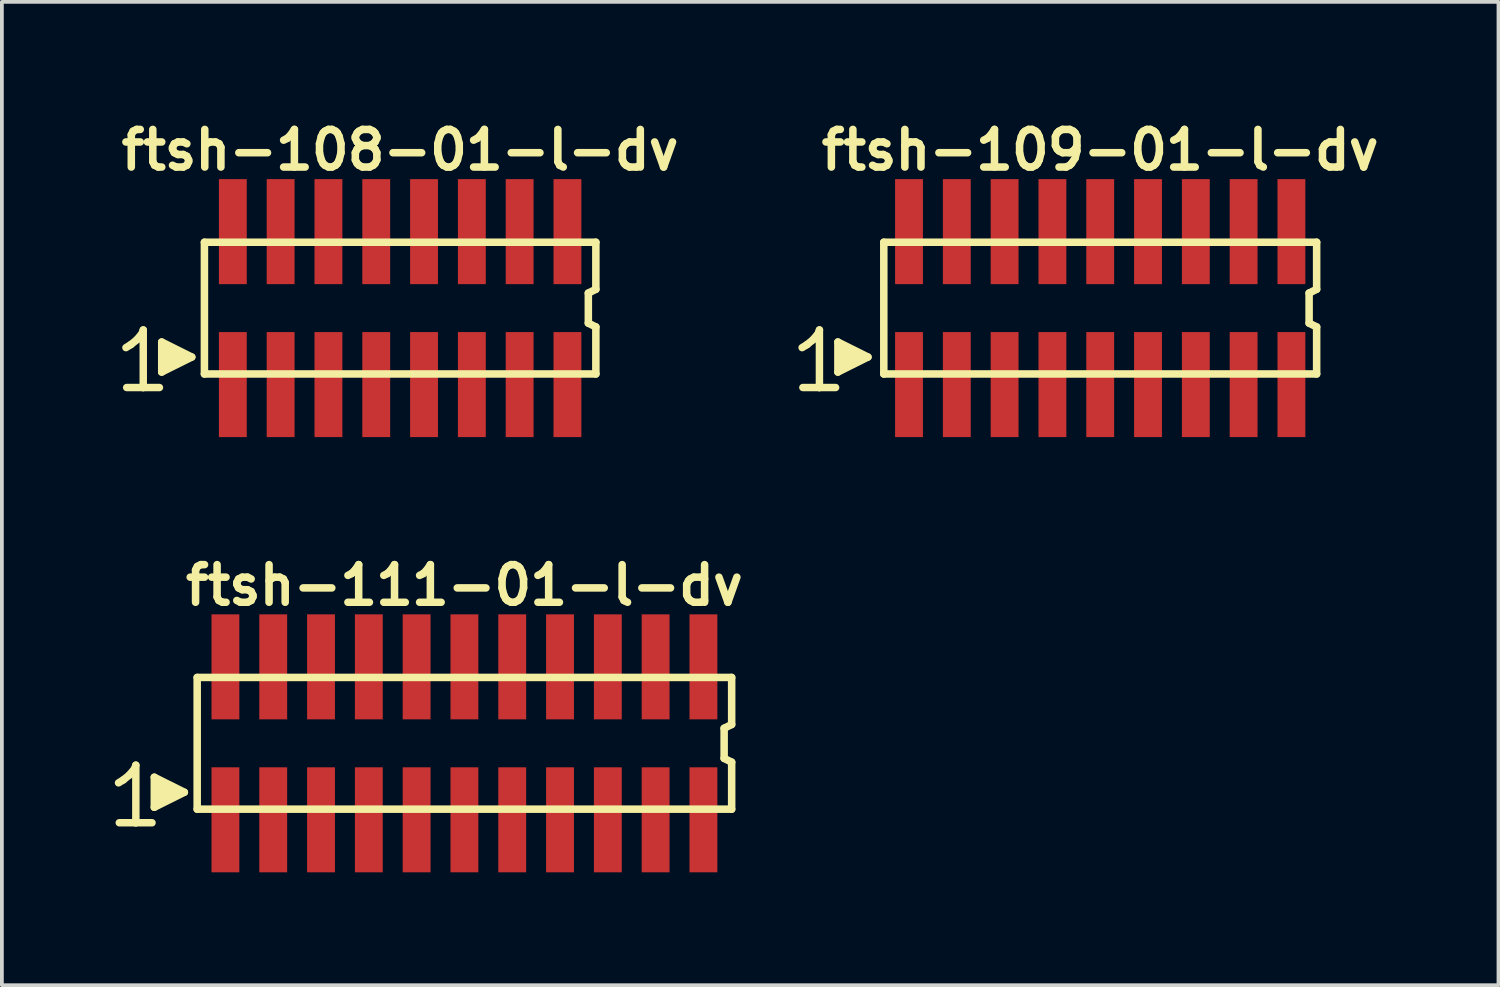
<source format=kicad_pcb>
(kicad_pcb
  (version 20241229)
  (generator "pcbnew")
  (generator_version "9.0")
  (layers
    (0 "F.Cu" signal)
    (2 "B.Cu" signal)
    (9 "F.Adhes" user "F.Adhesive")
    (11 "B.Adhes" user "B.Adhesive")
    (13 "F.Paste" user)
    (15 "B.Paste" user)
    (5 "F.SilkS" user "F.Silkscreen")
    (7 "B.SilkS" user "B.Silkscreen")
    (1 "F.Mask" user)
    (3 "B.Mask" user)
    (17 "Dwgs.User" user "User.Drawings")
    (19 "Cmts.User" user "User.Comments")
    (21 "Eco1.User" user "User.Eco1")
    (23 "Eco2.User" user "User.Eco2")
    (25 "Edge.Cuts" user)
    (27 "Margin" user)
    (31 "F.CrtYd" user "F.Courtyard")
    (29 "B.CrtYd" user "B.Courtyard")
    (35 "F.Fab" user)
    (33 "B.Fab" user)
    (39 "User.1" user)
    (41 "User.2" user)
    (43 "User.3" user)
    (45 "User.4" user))
  (footprint "ftsh-109-01-l-dv"
    (layer "F.Cu")
    (at 26.181 5.136)
    (property "Reference" "ftsh-109-01-l-dv" (at 0 -4.2 0) (layer "F.SilkS") (effects (font (size 1 1) (thickness 0.2))))
    (attr through_hole)
    (fp_line (start -7.92 1.05) (end -7.79 0.97) (stroke (width 0.198) (type solid)) (layer "F.SilkS"))
    (fp_line (start -7.79 0.97) (end -7.63 0.84) (stroke (width 0.198) (type solid)) (layer "F.SilkS"))
    (fp_line (start -7.63 0.84) (end -7.49 0.67) (stroke (width 0.198) (type solid)) (layer "F.SilkS"))
    (fp_line (start -7.49 0.67) (end -7.46 0.58) (stroke (width 0.198) (type solid)) (layer "F.SilkS"))
    (fp_line (start -7.46 0.58) (end -7.46 2.11) (stroke (width 0.198) (type solid)) (layer "F.SilkS"))
    (fp_line (start -7.46 2.11) (end -7.9 2.11) (stroke (width 0.198) (type solid)) (layer "F.SilkS"))
    (fp_line (start -7.03 2.11) (end -7.47 2.11) (stroke (width 0.198) (type solid)) (layer "F.SilkS"))
    (fp_line (start -6.97 0.9) (end -6.17 1.3) (stroke (width 0.198) (type solid)) (layer "F.SilkS"))
    (fp_line (start -6.97 1.7) (end -6.97 0.9) (stroke (width 0.198) (type solid)) (layer "F.SilkS"))
    (fp_line (start -6.87 1.6) (end -6.87 1) (stroke (width 0.198) (type solid)) (layer "F.SilkS"))
    (fp_line (start -6.77 1.1) (end -6.77 1.5) (stroke (width 0.198) (type solid)) (layer "F.SilkS"))
    (fp_line (start -6.67 1.5) (end -6.67 1.1) (stroke (width 0.198) (type solid)) (layer "F.SilkS"))
    (fp_line (start -6.57 1.2) (end -6.57 1.4) (stroke (width 0.198) (type solid)) (layer "F.SilkS"))
    (fp_line (start -6.47 1.4) (end -6.47 1.2) (stroke (width 0.198) (type solid)) (layer "F.SilkS"))
    (fp_line (start -6.17 1.3) (end -6.97 1.7) (stroke (width 0.198) (type solid)) (layer "F.SilkS"))
    (fp_line (start -5.75 -1.75) (end -5.75 1.75) (stroke (width 0.2) (type solid)) (layer "F.SilkS"))
    (fp_line (start -5.75 -1.75) (end 5.75 -1.75) (stroke (width 0.2) (type solid)) (layer "F.SilkS"))
    (fp_line (start -5.75 1.75) (end 5.75 1.75) (stroke (width 0.2) (type solid)) (layer "F.SilkS"))
    (fp_line (start 5.55 -0.4) (end 5.55 0.4) (stroke (width 0.2) (type solid)) (layer "F.SilkS"))
    (fp_line (start 5.55 0.4) (end 5.75 0.5) (stroke (width 0.2) (type solid)) (layer "F.SilkS"))
    (fp_line (start 5.75 -0.5) (end 5.55 -0.4) (stroke (width 0.2) (type solid)) (layer "F.SilkS"))
    (fp_line (start 5.75 -0.5) (end 5.75 -1.75) (stroke (width 0.2) (type solid)) (layer "F.SilkS"))
    (fp_line (start 5.75 0.5) (end 5.75 1.75) (stroke (width 0.2) (type solid)) (layer "F.SilkS"))
    (pad "1" smd rect (at -5.08 2.032) (size 0.74 2.79) (layers "F.Cu" "F.Mask" "F.Paste"))
    (pad "2" smd rect (at -5.08 -2.032) (size 0.74 2.79) (layers "F.Cu" "F.Mask" "F.Paste"))
    (pad "3" smd rect (at -3.81 2.032) (size 0.74 2.79) (layers "F.Cu" "F.Mask" "F.Paste"))
    (pad "4" smd rect (at -3.81 -2.032) (size 0.74 2.79) (layers "F.Cu" "F.Mask" "F.Paste"))
    (pad "5" smd rect (at -2.54 2.032) (size 0.74 2.79) (layers "F.Cu" "F.Mask" "F.Paste"))
    (pad "6" smd rect (at -2.54 -2.032) (size 0.74 2.79) (layers "F.Cu" "F.Mask" "F.Paste"))
    (pad "7" smd rect (at -1.27 2.032) (size 0.74 2.79) (layers "F.Cu" "F.Mask" "F.Paste"))
    (pad "8" smd rect (at -1.27 -2.032) (size 0.74 2.79) (layers "F.Cu" "F.Mask" "F.Paste"))
    (pad "9" smd rect (at 0 2.032) (size 0.74 2.79) (layers "F.Cu" "F.Mask" "F.Paste"))
    (pad "10" smd rect (at 0 -2.032) (size 0.74 2.79) (layers "F.Cu" "F.Mask" "F.Paste"))
    (pad "11" smd rect (at 1.27 2.032) (size 0.74 2.79) (layers "F.Cu" "F.Mask" "F.Paste"))
    (pad "12" smd rect (at 1.27 -2.032) (size 0.74 2.79) (layers "F.Cu" "F.Mask" "F.Paste"))
    (pad "13" smd rect (at 2.54 2.032) (size 0.74 2.79) (layers "F.Cu" "F.Mask" "F.Paste"))
    (pad "14" smd rect (at 2.54 -2.032) (size 0.74 2.79) (layers "F.Cu" "F.Mask" "F.Paste"))
    (pad "15" smd rect (at 3.81 2.032) (size 0.74 2.79) (layers "F.Cu" "F.Mask" "F.Paste"))
    (pad "16" smd rect (at 3.81 -2.032) (size 0.74 2.79) (layers "F.Cu" "F.Mask" "F.Paste"))
    (pad "17" smd rect (at 5.08 2.032) (size 0.74 2.79) (layers "F.Cu" "F.Mask" "F.Paste"))
    (pad "18" smd rect (at 5.08 -2.032) (size 0.74 2.79) (layers "F.Cu" "F.Mask" "F.Paste")))
  (footprint "ftsh-108-01-l-dv"
    (layer "F.Cu")
    (at 7.581 5.136)
    (property "Reference" "ftsh-108-01-l-dv" (at 0 -4.2 0) (layer "F.SilkS") (effects (font (size 1 1) (thickness 0.2))))
    (attr through_hole)
    (fp_line (start -7.285 1.05) (end -7.155 0.97) (stroke (width 0.198) (type solid)) (layer "F.SilkS"))
    (fp_line (start -7.155 0.97) (end -6.995 0.84) (stroke (width 0.198) (type solid)) (layer "F.SilkS"))
    (fp_line (start -6.995 0.84) (end -6.855 0.67) (stroke (width 0.198) (type solid)) (layer "F.SilkS"))
    (fp_line (start -6.855 0.67) (end -6.825 0.58) (stroke (width 0.198) (type solid)) (layer "F.SilkS"))
    (fp_line (start -6.825 0.58) (end -6.825 2.11) (stroke (width 0.198) (type solid)) (layer "F.SilkS"))
    (fp_line (start -6.825 2.11) (end -7.265 2.11) (stroke (width 0.198) (type solid)) (layer "F.SilkS"))
    (fp_line (start -6.395 2.11) (end -6.835 2.11) (stroke (width 0.198) (type solid)) (layer "F.SilkS"))
    (fp_line (start -6.335 0.9) (end -5.535 1.3) (stroke (width 0.198) (type solid)) (layer "F.SilkS"))
    (fp_line (start -6.335 1.7) (end -6.335 0.9) (stroke (width 0.198) (type solid)) (layer "F.SilkS"))
    (fp_line (start -6.235 1.6) (end -6.235 1) (stroke (width 0.198) (type solid)) (layer "F.SilkS"))
    (fp_line (start -6.135 1.1) (end -6.135 1.5) (stroke (width 0.198) (type solid)) (layer "F.SilkS"))
    (fp_line (start -6.035 1.5) (end -6.035 1.1) (stroke (width 0.198) (type solid)) (layer "F.SilkS"))
    (fp_line (start -5.935 1.2) (end -5.935 1.4) (stroke (width 0.198) (type solid)) (layer "F.SilkS"))
    (fp_line (start -5.835 1.4) (end -5.835 1.2) (stroke (width 0.198) (type solid)) (layer "F.SilkS"))
    (fp_line (start -5.535 1.3) (end -6.335 1.7) (stroke (width 0.198) (type solid)) (layer "F.SilkS"))
    (fp_line (start -5.2 -1.75) (end -5.2 1.75) (stroke (width 0.2) (type solid)) (layer "F.SilkS"))
    (fp_line (start -5.2 -1.75) (end 5.2 -1.75) (stroke (width 0.2) (type solid)) (layer "F.SilkS"))
    (fp_line (start -5.2 1.75) (end 5.2 1.75) (stroke (width 0.2) (type solid)) (layer "F.SilkS"))
    (fp_line (start 5 -0.4) (end 5 0.4) (stroke (width 0.2) (type solid)) (layer "F.SilkS"))
    (fp_line (start 5 0.4) (end 5.2 0.5) (stroke (width 0.2) (type solid)) (layer "F.SilkS"))
    (fp_line (start 5.2 -0.5) (end 5 -0.4) (stroke (width 0.2) (type solid)) (layer "F.SilkS"))
    (fp_line (start 5.2 -0.5) (end 5.2 -1.75) (stroke (width 0.2) (type solid)) (layer "F.SilkS"))
    (fp_line (start 5.2 0.5) (end 5.2 1.75) (stroke (width 0.2) (type solid)) (layer "F.SilkS"))
    (pad "1" smd rect (at -4.445 2.032) (size 0.74 2.79) (layers "F.Cu" "F.Mask" "F.Paste"))
    (pad "2" smd rect (at -4.445 -2.032) (size 0.74 2.79) (layers "F.Cu" "F.Mask" "F.Paste"))
    (pad "3" smd rect (at -3.175 2.032) (size 0.74 2.79) (layers "F.Cu" "F.Mask" "F.Paste"))
    (pad "4" smd rect (at -3.175 -2.032) (size 0.74 2.79) (layers "F.Cu" "F.Mask" "F.Paste"))
    (pad "5" smd rect (at -1.905 2.032) (size 0.74 2.79) (layers "F.Cu" "F.Mask" "F.Paste"))
    (pad "6" smd rect (at -1.905 -2.032) (size 0.74 2.79) (layers "F.Cu" "F.Mask" "F.Paste"))
    (pad "7" smd rect (at -0.635 2.032) (size 0.74 2.79) (layers "F.Cu" "F.Mask" "F.Paste"))
    (pad "8" smd rect (at -0.635 -2.032) (size 0.74 2.79) (layers "F.Cu" "F.Mask" "F.Paste"))
    (pad "9" smd rect (at 0.635 2.032) (size 0.74 2.79) (layers "F.Cu" "F.Mask" "F.Paste"))
    (pad "10" smd rect (at 0.635 -2.032) (size 0.74 2.79) (layers "F.Cu" "F.Mask" "F.Paste"))
    (pad "11" smd rect (at 1.905 2.032) (size 0.74 2.79) (layers "F.Cu" "F.Mask" "F.Paste"))
    (pad "12" smd rect (at 1.905 -2.032) (size 0.74 2.79) (layers "F.Cu" "F.Mask" "F.Paste"))
    (pad "13" smd rect (at 3.175 2.032) (size 0.74 2.79) (layers "F.Cu" "F.Mask" "F.Paste"))
    (pad "14" smd rect (at 3.175 -2.032) (size 0.74 2.79) (layers "F.Cu" "F.Mask" "F.Paste"))
    (pad "15" smd rect (at 4.445 2.032) (size 0.74 2.79) (layers "F.Cu" "F.Mask" "F.Paste"))
    (pad "16" smd rect (at 4.445 -2.032) (size 0.74 2.79) (layers "F.Cu" "F.Mask" "F.Paste")))
  (footprint "ftsh-111-01-l-dv"
    (layer "F.Cu")
    (at 9.289 16.699)
    (property "Reference" "ftsh-111-01-l-dv" (at 0 -4.2 0) (layer "F.SilkS") (effects (font (size 1 1) (thickness 0.2))))
    (attr through_hole)
    (fp_line (start -9.19 1.05) (end -9.06 0.97) (stroke (width 0.198) (type solid)) (layer "F.SilkS"))
    (fp_line (start -9.06 0.97) (end -8.9 0.84) (stroke (width 0.198) (type solid)) (layer "F.SilkS"))
    (fp_line (start -8.9 0.84) (end -8.76 0.67) (stroke (width 0.198) (type solid)) (layer "F.SilkS"))
    (fp_line (start -8.76 0.67) (end -8.73 0.58) (stroke (width 0.198) (type solid)) (layer "F.SilkS"))
    (fp_line (start -8.73 0.58) (end -8.73 2.11) (stroke (width 0.198) (type solid)) (layer "F.SilkS"))
    (fp_line (start -8.73 2.11) (end -9.17 2.11) (stroke (width 0.198) (type solid)) (layer "F.SilkS"))
    (fp_line (start -8.3 2.11) (end -8.74 2.11) (stroke (width 0.198) (type solid)) (layer "F.SilkS"))
    (fp_line (start -8.24 0.9) (end -7.44 1.3) (stroke (width 0.198) (type solid)) (layer "F.SilkS"))
    (fp_line (start -8.24 1.7) (end -8.24 0.9) (stroke (width 0.198) (type solid)) (layer "F.SilkS"))
    (fp_line (start -8.14 1.6) (end -8.14 1) (stroke (width 0.198) (type solid)) (layer "F.SilkS"))
    (fp_line (start -8.04 1.1) (end -8.04 1.5) (stroke (width 0.198) (type solid)) (layer "F.SilkS"))
    (fp_line (start -7.94 1.5) (end -7.94 1.1) (stroke (width 0.198) (type solid)) (layer "F.SilkS"))
    (fp_line (start -7.84 1.2) (end -7.84 1.4) (stroke (width 0.198) (type solid)) (layer "F.SilkS"))
    (fp_line (start -7.74 1.4) (end -7.74 1.2) (stroke (width 0.198) (type solid)) (layer "F.SilkS"))
    (fp_line (start -7.44 1.3) (end -8.24 1.7) (stroke (width 0.198) (type solid)) (layer "F.SilkS"))
    (fp_line (start -7.1 -1.75) (end -7.1 1.75) (stroke (width 0.2) (type solid)) (layer "F.SilkS"))
    (fp_line (start -7.1 -1.75) (end 7.1 -1.75) (stroke (width 0.2) (type solid)) (layer "F.SilkS"))
    (fp_line (start -7.1 1.75) (end 7.1 1.75) (stroke (width 0.2) (type solid)) (layer "F.SilkS"))
    (fp_line (start 6.9 -0.4) (end 6.9 0.4) (stroke (width 0.2) (type solid)) (layer "F.SilkS"))
    (fp_line (start 6.9 0.4) (end 7.1 0.5) (stroke (width 0.2) (type solid)) (layer "F.SilkS"))
    (fp_line (start 7.1 -0.5) (end 6.9 -0.4) (stroke (width 0.2) (type solid)) (layer "F.SilkS"))
    (fp_line (start 7.1 -0.5) (end 7.1 -1.75) (stroke (width 0.2) (type solid)) (layer "F.SilkS"))
    (fp_line (start 7.1 0.5) (end 7.1 1.75) (stroke (width 0.2) (type solid)) (layer "F.SilkS"))
    (pad "1" smd rect (at -6.35 2.032) (size 0.74 2.79) (layers "F.Cu" "F.Mask" "F.Paste"))
    (pad "2" smd rect (at -6.35 -2.032) (size 0.74 2.79) (layers "F.Cu" "F.Mask" "F.Paste"))
    (pad "3" smd rect (at -5.08 2.032) (size 0.74 2.79) (layers "F.Cu" "F.Mask" "F.Paste"))
    (pad "4" smd rect (at -5.08 -2.032) (size 0.74 2.79) (layers "F.Cu" "F.Mask" "F.Paste"))
    (pad "5" smd rect (at -3.81 2.032) (size 0.74 2.79) (layers "F.Cu" "F.Mask" "F.Paste"))
    (pad "6" smd rect (at -3.81 -2.032) (size 0.74 2.79) (layers "F.Cu" "F.Mask" "F.Paste"))
    (pad "7" smd rect (at -2.54 2.032) (size 0.74 2.79) (layers "F.Cu" "F.Mask" "F.Paste"))
    (pad "8" smd rect (at -2.54 -2.032) (size 0.74 2.79) (layers "F.Cu" "F.Mask" "F.Paste"))
    (pad "9" smd rect (at -1.27 2.032) (size 0.74 2.79) (layers "F.Cu" "F.Mask" "F.Paste"))
    (pad "10" smd rect (at -1.27 -2.032) (size 0.74 2.79) (layers "F.Cu" "F.Mask" "F.Paste"))
    (pad "11" smd rect (at 0 2.032) (size 0.74 2.79) (layers "F.Cu" "F.Mask" "F.Paste"))
    (pad "12" smd rect (at 0 -2.032) (size 0.74 2.79) (layers "F.Cu" "F.Mask" "F.Paste"))
    (pad "13" smd rect (at 1.27 2.032) (size 0.74 2.79) (layers "F.Cu" "F.Mask" "F.Paste"))
    (pad "14" smd rect (at 1.27 -2.032) (size 0.74 2.79) (layers "F.Cu" "F.Mask" "F.Paste"))
    (pad "15" smd rect (at 2.54 2.032) (size 0.74 2.79) (layers "F.Cu" "F.Mask" "F.Paste"))
    (pad "16" smd rect (at 2.54 -2.032) (size 0.74 2.79) (layers "F.Cu" "F.Mask" "F.Paste"))
    (pad "17" smd rect (at 3.81 2.032) (size 0.74 2.79) (layers "F.Cu" "F.Mask" "F.Paste"))
    (pad "18" smd rect (at 3.81 -2.032) (size 0.74 2.79) (layers "F.Cu" "F.Mask" "F.Paste"))
    (pad "19" smd rect (at 5.08 2.032) (size 0.74 2.79) (layers "F.Cu" "F.Mask" "F.Paste"))
    (pad "20" smd rect (at 5.08 -2.032) (size 0.74 2.79) (layers "F.Cu" "F.Mask" "F.Paste"))
    (pad "21" smd rect (at 6.35 2.032) (size 0.74 2.79) (layers "F.Cu" "F.Mask" "F.Paste"))
    (pad "22" smd rect (at 6.35 -2.032) (size 0.74 2.79) (layers "F.Cu" "F.Mask" "F.Paste")))
  (gr_rect
    (start -3 -3)
    (end 36.762 23.126)
    (stroke (width 0.1) (type default))
    (fill no)
    (layer "Edge.Cuts")))
</source>
